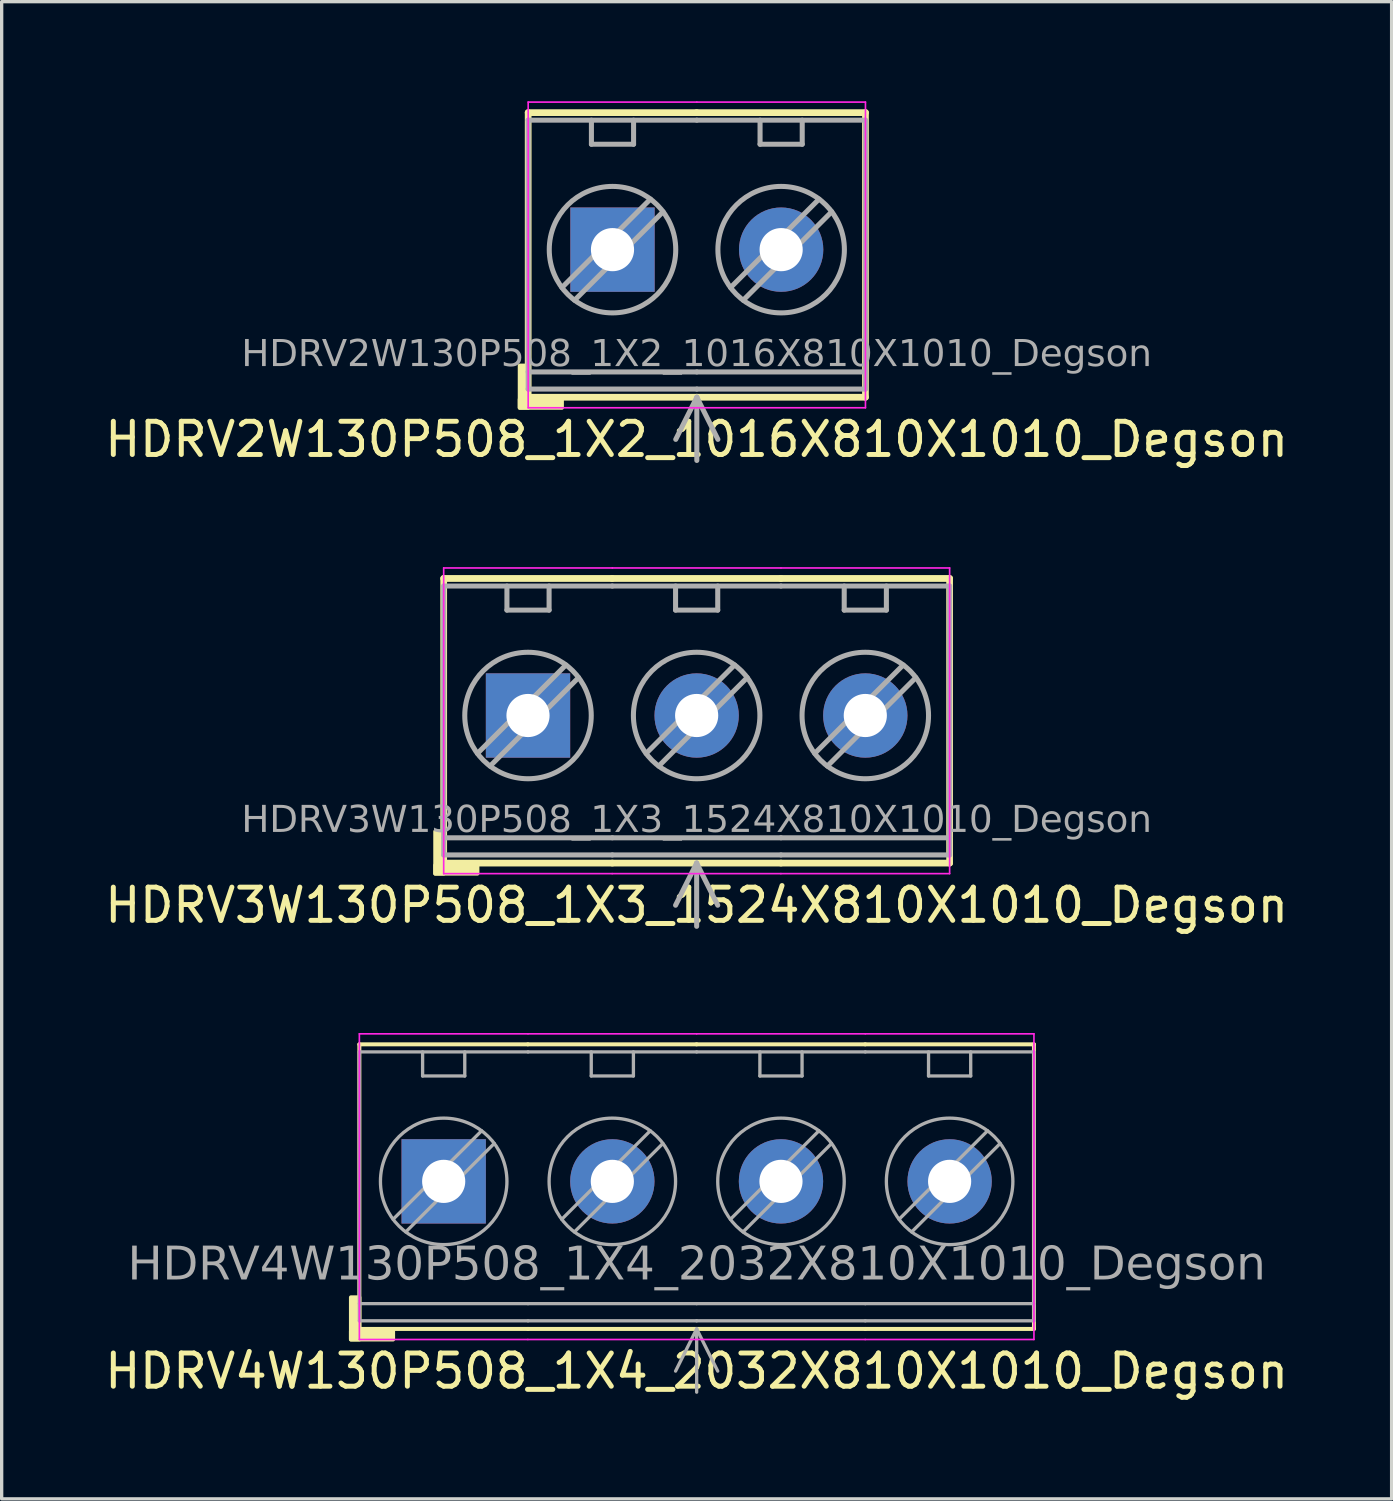
<source format=kicad_pcb>
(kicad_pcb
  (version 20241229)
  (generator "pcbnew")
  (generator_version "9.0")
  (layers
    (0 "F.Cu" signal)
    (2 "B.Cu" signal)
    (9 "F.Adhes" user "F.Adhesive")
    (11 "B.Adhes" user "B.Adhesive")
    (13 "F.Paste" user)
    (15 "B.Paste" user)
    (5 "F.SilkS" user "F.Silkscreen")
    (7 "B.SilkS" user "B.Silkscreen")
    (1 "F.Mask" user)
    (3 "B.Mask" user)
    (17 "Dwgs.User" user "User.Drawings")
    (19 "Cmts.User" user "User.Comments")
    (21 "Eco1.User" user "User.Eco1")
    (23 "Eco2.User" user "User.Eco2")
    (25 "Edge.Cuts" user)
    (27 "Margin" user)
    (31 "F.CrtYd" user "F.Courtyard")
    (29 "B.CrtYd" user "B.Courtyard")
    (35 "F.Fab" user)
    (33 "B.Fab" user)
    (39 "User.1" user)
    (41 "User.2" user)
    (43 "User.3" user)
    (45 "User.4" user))
  (footprint "HDRV2W130P508_1X2_1016X810X1010_Degson"
    (layer "F.Cu")
    (at 17.935 4.47)
    (property "Reference" "HDRV2W130P508_1X2_1016X810X1010_Degson" (at 0 5.715 0) (layer "F.SilkS") (effects (font (size 1 1) (thickness 0.15))))
    (attr through_hole)
    (fp_line (start -5.075 -4.128) (end -5.075 4.445) (stroke (width 0.203) (type solid)) (layer "F.SilkS"))
    (fp_line (start -5.075 4.445) (end 0.005 4.445) (stroke (width 0.203) (type solid)) (layer "F.SilkS"))
    (fp_line (start 0 -4.128) (end -5.075 -4.128) (stroke (width 0.203) (type solid)) (layer "F.SilkS"))
    (fp_line (start 0 -4.128) (end 5.085 -4.128) (stroke (width 0.203) (type solid)) (layer "F.SilkS"))
    (fp_line (start 5.085 -4.128) (end 5.085 4.445) (stroke (width 0.203) (type solid)) (layer "F.SilkS"))
    (fp_line (start 5.085 4.445) (end 0.005 4.445) (stroke (width 0.203) (type solid)) (layer "F.SilkS"))
    (fp_rect (start -5.075 3.493) (end -5.329 4.763) (stroke (width 0.12) (type solid)) (fill yes) (layer "F.SilkS"))
    (fp_rect (start -4.059 4.763) (end -5.329 4.508) (stroke (width 0.12) (type solid)) (fill yes) (layer "F.SilkS"))
    (fp_line (start -5.075 4.763) (end -5.075 -4.445) (stroke (width 0.05) (type solid)) (layer "F.CrtYd"))
    (fp_line (start 0 4.763) (end -5.075 4.763) (stroke (width 0.05) (type solid)) (layer "F.CrtYd"))
    (fp_line (start 0 4.763) (end 5.085 4.763) (stroke (width 0.05) (type solid)) (layer "F.CrtYd"))
    (fp_line (start 0.005 -4.445) (end -5.075 -4.445) (stroke (width 0.05) (type solid)) (layer "F.CrtYd"))
    (fp_line (start 0.005 -4.445) (end 5.085 -4.445) (stroke (width 0.05) (type solid)) (layer "F.CrtYd"))
    (fp_line (start 5.085 4.763) (end 5.085 -4.445) (stroke (width 0.05) (type solid)) (layer "F.CrtYd"))
    (fp_line (start -5.075 -3.9) (end -5.075 4.2) (stroke (width 0.152) (type solid)) (layer "F.Fab"))
    (fp_line (start -3.678 1.524) (end -1.011 -1.143) (stroke (width 0.152) (type default)) (layer "F.Fab"))
    (fp_line (start -3.17 -3.9) (end -3.17 -3.175) (stroke (width 0.152) (type default)) (layer "F.Fab"))
    (fp_line (start -3.17 -3.175) (end -1.9 -3.175) (stroke (width 0.152) (type default)) (layer "F.Fab"))
    (fp_line (start -1.9 -3.9) (end -1.9 -3.175) (stroke (width 0.152) (type default)) (layer "F.Fab"))
    (fp_line (start -1.392 -1.524) (end -4.059 1.143) (stroke (width 0.152) (type default)) (layer "F.Fab"))
    (fp_line (start 0.005 -3.9) (end -5.075 -3.9) (stroke (width 0.152) (type solid)) (layer "F.Fab"))
    (fp_line (start 0.005 -3.9) (end 5.085 -3.9) (stroke (width 0.152) (type solid)) (layer "F.Fab"))
    (fp_line (start 0.005 3.683) (end -5.075 3.683) (stroke (width 0.152) (type solid)) (layer "F.Fab"))
    (fp_line (start 0.005 3.683) (end 5.085 3.683) (stroke (width 0.152) (type solid)) (layer "F.Fab"))
    (fp_line (start 0.005 4.2) (end -5.075 4.2) (stroke (width 0.152) (type solid)) (layer "F.Fab"))
    (fp_line (start 0.005 4.2) (end 5.085 4.2) (stroke (width 0.152) (type solid)) (layer "F.Fab"))
    (fp_line (start 0.005 4.445) (end -0.63 5.715) (stroke (width 0.152) (type default)) (layer "F.Fab"))
    (fp_line (start 0.005 4.445) (end 0.005 6.35) (stroke (width 0.152) (type default)) (layer "F.Fab"))
    (fp_line (start 0.005 4.445) (end 0.64 5.715) (stroke (width 0.152) (type default)) (layer "F.Fab"))
    (fp_line (start 1.402 1.524) (end 4.069 -1.143) (stroke (width 0.152) (type default)) (layer "F.Fab"))
    (fp_line (start 1.91 -3.9) (end 1.91 -3.175) (stroke (width 0.152) (type default)) (layer "F.Fab"))
    (fp_line (start 1.91 -3.175) (end 3.18 -3.175) (stroke (width 0.152) (type default)) (layer "F.Fab"))
    (fp_line (start 3.18 -3.9) (end 3.18 -3.175) (stroke (width 0.152) (type default)) (layer "F.Fab"))
    (fp_line (start 3.688 -1.524) (end 1.021 1.143) (stroke (width 0.152) (type default)) (layer "F.Fab"))
    (fp_line (start 5.085 -3.9) (end 5.085 4.2) (stroke (width 0.152) (type solid)) (layer "F.Fab"))
    (fp_rect (start -2.789 -0.254) (end -2.281 0.254) (stroke (width 0.152) (type solid)) (fill no) (layer "F.Fab"))
    (fp_rect (start 2.799 -0.254) (end 2.291 0.254) (stroke (width 0.152) (type solid)) (fill no) (layer "F.Fab"))
    (fp_circle (center -2.535 0) (end -0.63 0) (stroke (width 0.152) (type default)) (fill no) (layer "F.Fab"))
    (fp_circle (center 2.545 0) (end 4.45 0) (stroke (width 0.152) (type default)) (fill no) (layer "F.Fab"))
    (fp_text user "${REFERENCE}" (at 0 3.175 0) (layer "F.Fab") (effects (font (face "Tahoma") (size 0.8 0.8) (thickness 0.15))))
    (pad "1" thru_hole rect (at -2.535 0) (size 2.54 2.54) (drill 1.3) (layers "*.Cu" "*.Mask"))
    (pad "2" thru_hole circle (at 2.545 0) (size 2.54 2.54) (drill 1.3) (layers "*.Cu" "*.Mask")))
  (footprint "HDRV4W130P508_1X4_2032X810X1010_Degson"
    (layer "F.Cu")
    (at 17.935 32.536)
    (property "Reference" "HDRV4W130P508_1X4_2032X810X1010_Degson" (at 0 5.715 0) (layer "F.SilkS") (effects (font (size 1 1) (thickness 0.15))))
    (attr through_hole)
    (fp_line (start -10.16 -4.128) (end -10.16 4.445) (stroke (width 0.12) (type solid)) (layer "F.SilkS"))
    (fp_line (start -10.16 4.445) (end -5.08 4.445) (stroke (width 0.12) (type solid)) (layer "F.SilkS"))
    (fp_line (start -5.085 -4.128) (end -10.16 -4.128) (stroke (width 0.12) (type solid)) (layer "F.SilkS"))
    (fp_line (start -5.085 -4.128) (end 0 -4.128) (stroke (width 0.12) (type solid)) (layer "F.SilkS"))
    (fp_line (start -0.005 -4.128) (end 5.08 -4.128) (stroke (width 0.12) (type solid)) (layer "F.SilkS"))
    (fp_line (start 0 4.445) (end -5.08 4.445) (stroke (width 0.12) (type solid)) (layer "F.SilkS"))
    (fp_line (start 5.075 -4.128) (end 10.16 -4.128) (stroke (width 0.12) (type solid)) (layer "F.SilkS"))
    (fp_line (start 5.08 4.445) (end 0 4.445) (stroke (width 0.12) (type solid)) (layer "F.SilkS"))
    (fp_line (start 10.16 -4.128) (end 10.16 4.445) (stroke (width 0.12) (type solid)) (layer "F.SilkS"))
    (fp_line (start 10.16 4.445) (end 5.08 4.445) (stroke (width 0.12) (type solid)) (layer "F.SilkS"))
    (fp_rect (start -10.16 3.493) (end -10.414 4.763) (stroke (width 0.12) (type solid)) (fill yes) (layer "F.SilkS"))
    (fp_rect (start -9.144 4.763) (end -10.414 4.508) (stroke (width 0.12) (type solid)) (fill yes) (layer "F.SilkS"))
    (fp_line (start -10.16 4.763) (end -10.16 -4.445) (stroke (width 0.05) (type solid)) (layer "F.CrtYd"))
    (fp_line (start -5.085 4.763) (end -10.16 4.763) (stroke (width 0.05) (type solid)) (layer "F.CrtYd"))
    (fp_line (start -5.085 4.763) (end 0 4.763) (stroke (width 0.05) (type solid)) (layer "F.CrtYd"))
    (fp_line (start -5.08 -4.445) (end -10.16 -4.445) (stroke (width 0.05) (type solid)) (layer "F.CrtYd"))
    (fp_line (start -5.08 -4.445) (end 0 -4.445) (stroke (width 0.05) (type solid)) (layer "F.CrtYd"))
    (fp_line (start -0.005 4.763) (end 5.08 4.763) (stroke (width 0.05) (type solid)) (layer "F.CrtYd"))
    (fp_line (start 0 -4.445) (end 5.08 -4.445) (stroke (width 0.05) (type solid)) (layer "F.CrtYd"))
    (fp_line (start 5.075 4.763) (end 10.16 4.763) (stroke (width 0.05) (type solid)) (layer "F.CrtYd"))
    (fp_line (start 5.08 -4.445) (end 10.16 -4.445) (stroke (width 0.05) (type solid)) (layer "F.CrtYd"))
    (fp_line (start 10.16 4.763) (end 10.16 -4.445) (stroke (width 0.05) (type solid)) (layer "F.CrtYd"))
    (fp_line (start -10.16 -3.9) (end -10.16 4.2) (stroke (width 0.1) (type solid)) (layer "F.Fab"))
    (fp_line (start -8.763 1.524) (end -6.096 -1.143) (stroke (width 0.1) (type default)) (layer "F.Fab"))
    (fp_line (start -8.255 -3.9) (end -8.255 -3.175) (stroke (width 0.1) (type default)) (layer "F.Fab"))
    (fp_line (start -8.255 -3.175) (end -6.985 -3.175) (stroke (width 0.1) (type default)) (layer "F.Fab"))
    (fp_line (start -6.985 -3.9) (end -6.985 -3.175) (stroke (width 0.1) (type default)) (layer "F.Fab"))
    (fp_line (start -6.477 -1.524) (end -9.144 1.143) (stroke (width 0.1) (type default)) (layer "F.Fab"))
    (fp_line (start -5.08 -3.9) (end -10.16 -3.9) (stroke (width 0.1) (type solid)) (layer "F.Fab"))
    (fp_line (start -5.08 -3.9) (end 0 -3.9) (stroke (width 0.1) (type solid)) (layer "F.Fab"))
    (fp_line (start -5.08 3.683) (end -10.16 3.683) (stroke (width 0.1) (type solid)) (layer "F.Fab"))
    (fp_line (start -5.08 3.683) (end 0 3.683) (stroke (width 0.1) (type solid)) (layer "F.Fab"))
    (fp_line (start -5.08 4.2) (end -10.16 4.2) (stroke (width 0.1) (type solid)) (layer "F.Fab"))
    (fp_line (start -5.08 4.2) (end 0 4.2) (stroke (width 0.1) (type solid)) (layer "F.Fab"))
    (fp_line (start -3.683 1.524) (end -1.016 -1.143) (stroke (width 0.1) (type default)) (layer "F.Fab"))
    (fp_line (start -3.175 -3.9) (end -3.175 -3.175) (stroke (width 0.1) (type default)) (layer "F.Fab"))
    (fp_line (start -3.175 -3.175) (end -1.905 -3.175) (stroke (width 0.1) (type default)) (layer "F.Fab"))
    (fp_line (start -1.905 -3.9) (end -1.905 -3.175) (stroke (width 0.1) (type default)) (layer "F.Fab"))
    (fp_line (start -1.397 -1.524) (end -4.064 1.143) (stroke (width 0.1) (type default)) (layer "F.Fab"))
    (fp_line (start 0 -3.9) (end 5.08 -3.9) (stroke (width 0.1) (type solid)) (layer "F.Fab"))
    (fp_line (start 0 3.683) (end 5.08 3.683) (stroke (width 0.1) (type solid)) (layer "F.Fab"))
    (fp_line (start 0 4.2) (end 5.08 4.2) (stroke (width 0.1) (type solid)) (layer "F.Fab"))
    (fp_line (start 0 4.445) (end -0.635 5.715) (stroke (width 0.1) (type default)) (layer "F.Fab"))
    (fp_line (start 0 4.445) (end 0 6.35) (stroke (width 0.1) (type default)) (layer "F.Fab"))
    (fp_line (start 0 4.445) (end 0.635 5.715) (stroke (width 0.1) (type default)) (layer "F.Fab"))
    (fp_line (start 1.397 1.524) (end 4.064 -1.143) (stroke (width 0.1) (type default)) (layer "F.Fab"))
    (fp_line (start 1.905 -3.9) (end 1.905 -3.175) (stroke (width 0.1) (type default)) (layer "F.Fab"))
    (fp_line (start 1.905 -3.175) (end 3.175 -3.175) (stroke (width 0.1) (type default)) (layer "F.Fab"))
    (fp_line (start 3.175 -3.9) (end 3.175 -3.175) (stroke (width 0.1) (type default)) (layer "F.Fab"))
    (fp_line (start 3.683 -1.524) (end 1.016 1.143) (stroke (width 0.1) (type default)) (layer "F.Fab"))
    (fp_line (start 5.08 -3.9) (end 10.16 -3.9) (stroke (width 0.1) (type solid)) (layer "F.Fab"))
    (fp_line (start 5.08 3.683) (end 10.16 3.683) (stroke (width 0.1) (type solid)) (layer "F.Fab"))
    (fp_line (start 5.08 4.2) (end 10.16 4.2) (stroke (width 0.1) (type solid)) (layer "F.Fab"))
    (fp_line (start 6.477 1.524) (end 9.144 -1.143) (stroke (width 0.1) (type default)) (layer "F.Fab"))
    (fp_line (start 6.985 -3.9) (end 6.985 -3.175) (stroke (width 0.1) (type default)) (layer "F.Fab"))
    (fp_line (start 6.985 -3.175) (end 8.255 -3.175) (stroke (width 0.1) (type default)) (layer "F.Fab"))
    (fp_line (start 8.255 -3.9) (end 8.255 -3.175) (stroke (width 0.1) (type default)) (layer "F.Fab"))
    (fp_line (start 8.763 -1.524) (end 6.096 1.143) (stroke (width 0.1) (type default)) (layer "F.Fab"))
    (fp_line (start 10.16 -3.9) (end 10.16 4.2) (stroke (width 0.1) (type solid)) (layer "F.Fab"))
    (fp_rect (start -7.874 -0.254) (end -7.366 0.254) (stroke (width 0.1) (type solid)) (fill no) (layer "F.Fab"))
    (fp_rect (start -2.286 -0.254) (end -2.794 0.254) (stroke (width 0.1) (type solid)) (fill no) (layer "F.Fab"))
    (fp_rect (start 2.794 -0.254) (end 2.286 0.254) (stroke (width 0.1) (type solid)) (fill no) (layer "F.Fab"))
    (fp_rect (start 7.874 -0.254) (end 7.366 0.254) (stroke (width 0.1) (type solid)) (fill no) (layer "F.Fab"))
    (fp_circle (center -7.62 0) (end -5.715 0) (stroke (width 0.1) (type default)) (fill no) (layer "F.Fab"))
    (fp_circle (center -2.54 0) (end -0.635 0) (stroke (width 0.1) (type default)) (fill no) (layer "F.Fab"))
    (fp_circle (center 2.54 0) (end 4.445 0) (stroke (width 0.1) (type default)) (fill no) (layer "F.Fab"))
    (fp_circle (center 7.62 0) (end 9.525 0) (stroke (width 0.1) (type default)) (fill no) (layer "F.Fab"))
    (fp_text user "${REFERENCE}" (at 0 2.54 0) (layer "F.Fab") (effects (font (face "Tahoma") (size 1 1) (thickness 0.15))))
    (pad "1" thru_hole rect (at -7.62 0) (size 2.54 2.54) (drill 1.3) (layers "*.Cu" "*.Mask"))
    (pad "2" thru_hole circle (at -2.54 0) (size 2.54 2.54) (drill 1.3) (layers "*.Cu" "*.Mask"))
    (pad "3" thru_hole circle (at 2.54 0) (size 2.54 2.54) (drill 1.3) (layers "*.Cu" "*.Mask"))
    (pad "4" thru_hole circle (at 7.62 0) (size 2.54 2.54) (drill 1.3) (layers "*.Cu" "*.Mask")))
  (footprint "HDRV3W130P508_1X3_1524X810X1010_Degson"
    (layer "F.Cu")
    (at 17.93 18.503)
    (property "Reference" "HDRV3W130P508_1X3_1524X810X1010_Degson" (at 0.005 5.715 0) (layer "F.SilkS") (effects (font (size 1 1) (thickness 0.15))))
    (attr through_hole)
    (fp_line (start -7.615 -4.128) (end -7.615 4.445) (stroke (width 0.203) (type solid)) (layer "F.SilkS"))
    (fp_line (start -7.615 4.445) (end -2.535 4.445) (stroke (width 0.203) (type solid)) (layer "F.SilkS"))
    (fp_line (start -2.54 -4.128) (end -7.615 -4.128) (stroke (width 0.203) (type solid)) (layer "F.SilkS"))
    (fp_line (start -2.54 -4.128) (end 2.545 -4.128) (stroke (width 0.203) (type solid)) (layer "F.SilkS"))
    (fp_line (start 2.54 -4.128) (end 7.625 -4.128) (stroke (width 0.203) (type solid)) (layer "F.SilkS"))
    (fp_line (start 2.545 4.445) (end -2.535 4.445) (stroke (width 0.203) (type solid)) (layer "F.SilkS"))
    (fp_line (start 7.625 -4.128) (end 7.625 4.445) (stroke (width 0.203) (type solid)) (layer "F.SilkS"))
    (fp_line (start 7.625 4.445) (end 2.545 4.445) (stroke (width 0.203) (type solid)) (layer "F.SilkS"))
    (fp_rect (start -7.615 3.493) (end -7.869 4.763) (stroke (width 0.12) (type solid)) (fill yes) (layer "F.SilkS"))
    (fp_rect (start -6.599 4.763) (end -7.869 4.508) (stroke (width 0.12) (type solid)) (fill yes) (layer "F.SilkS"))
    (fp_line (start -7.615 4.763) (end -7.615 -4.445) (stroke (width 0.05) (type solid)) (layer "F.CrtYd"))
    (fp_line (start -2.54 4.763) (end -7.615 4.763) (stroke (width 0.05) (type solid)) (layer "F.CrtYd"))
    (fp_line (start -2.54 4.763) (end 2.545 4.763) (stroke (width 0.05) (type solid)) (layer "F.CrtYd"))
    (fp_line (start -2.535 -4.445) (end -7.615 -4.445) (stroke (width 0.05) (type solid)) (layer "F.CrtYd"))
    (fp_line (start -2.535 -4.445) (end 2.545 -4.445) (stroke (width 0.05) (type solid)) (layer "F.CrtYd"))
    (fp_line (start 0 -0.5) (end 0 0.5) (stroke (width 0.05) (type default)) (layer "F.CrtYd"))
    (fp_line (start 0.5 0) (end -0.5 0) (stroke (width 0.05) (type default)) (layer "F.CrtYd"))
    (fp_line (start 2.54 4.763) (end 7.625 4.763) (stroke (width 0.05) (type solid)) (layer "F.CrtYd"))
    (fp_line (start 2.545 -4.445) (end 7.625 -4.445) (stroke (width 0.05) (type solid)) (layer "F.CrtYd"))
    (fp_line (start 7.625 4.763) (end 7.625 -4.445) (stroke (width 0.05) (type solid)) (layer "F.CrtYd"))
    (fp_line (start -7.615 -3.9) (end -7.615 4.2) (stroke (width 0.152) (type solid)) (layer "F.Fab"))
    (fp_line (start -6.218 1.524) (end -3.551 -1.143) (stroke (width 0.152) (type default)) (layer "F.Fab"))
    (fp_line (start -5.71 -3.9) (end -5.71 -3.175) (stroke (width 0.152) (type default)) (layer "F.Fab"))
    (fp_line (start -5.71 -3.175) (end -4.44 -3.175) (stroke (width 0.152) (type default)) (layer "F.Fab"))
    (fp_line (start -4.44 -3.9) (end -4.44 -3.175) (stroke (width 0.152) (type default)) (layer "F.Fab"))
    (fp_line (start -3.932 -1.524) (end -6.599 1.143) (stroke (width 0.152) (type default)) (layer "F.Fab"))
    (fp_line (start -2.535 -3.9) (end -7.615 -3.9) (stroke (width 0.152) (type solid)) (layer "F.Fab"))
    (fp_line (start -2.535 -3.9) (end 2.545 -3.9) (stroke (width 0.152) (type solid)) (layer "F.Fab"))
    (fp_line (start -2.535 3.683) (end -7.615 3.683) (stroke (width 0.152) (type solid)) (layer "F.Fab"))
    (fp_line (start -2.535 3.683) (end 2.545 3.683) (stroke (width 0.152) (type solid)) (layer "F.Fab"))
    (fp_line (start -2.535 4.2) (end -7.615 4.2) (stroke (width 0.152) (type solid)) (layer "F.Fab"))
    (fp_line (start -2.535 4.2) (end 2.545 4.2) (stroke (width 0.152) (type solid)) (layer "F.Fab"))
    (fp_line (start -1.138 1.524) (end 1.529 -1.143) (stroke (width 0.152) (type default)) (layer "F.Fab"))
    (fp_line (start -0.63 -3.9) (end -0.63 -3.175) (stroke (width 0.152) (type default)) (layer "F.Fab"))
    (fp_line (start -0.63 -3.175) (end 0.64 -3.175) (stroke (width 0.152) (type default)) (layer "F.Fab"))
    (fp_line (start 0.005 4.445) (end -0.63 5.715) (stroke (width 0.152) (type default)) (layer "F.Fab"))
    (fp_line (start 0.005 4.445) (end 0.005 6.35) (stroke (width 0.152) (type default)) (layer "F.Fab"))
    (fp_line (start 0.005 4.445) (end 0.64 5.715) (stroke (width 0.152) (type default)) (layer "F.Fab"))
    (fp_line (start 0.64 -3.9) (end 0.64 -3.175) (stroke (width 0.152) (type default)) (layer "F.Fab"))
    (fp_line (start 1.148 -1.524) (end -1.519 1.143) (stroke (width 0.152) (type default)) (layer "F.Fab"))
    (fp_line (start 2.545 -3.9) (end 7.625 -3.9) (stroke (width 0.152) (type solid)) (layer "F.Fab"))
    (fp_line (start 2.545 3.683) (end 7.625 3.683) (stroke (width 0.152) (type solid)) (layer "F.Fab"))
    (fp_line (start 2.545 4.2) (end 7.625 4.2) (stroke (width 0.152) (type solid)) (layer "F.Fab"))
    (fp_line (start 3.942 1.524) (end 6.609 -1.143) (stroke (width 0.152) (type default)) (layer "F.Fab"))
    (fp_line (start 4.45 -3.9) (end 4.45 -3.175) (stroke (width 0.152) (type default)) (layer "F.Fab"))
    (fp_line (start 4.45 -3.175) (end 5.72 -3.175) (stroke (width 0.152) (type default)) (layer "F.Fab"))
    (fp_line (start 5.72 -3.9) (end 5.72 -3.175) (stroke (width 0.152) (type default)) (layer "F.Fab"))
    (fp_line (start 6.228 -1.524) (end 3.561 1.143) (stroke (width 0.152) (type default)) (layer "F.Fab"))
    (fp_line (start 7.625 -3.9) (end 7.625 4.2) (stroke (width 0.152) (type solid)) (layer "F.Fab"))
    (fp_rect (start -5.329 -0.254) (end -4.821 0.254) (stroke (width 0.152) (type solid)) (fill no) (layer "F.Fab"))
    (fp_rect (start 0.259 -0.254) (end -0.249 0.254) (stroke (width 0.152) (type solid)) (fill no) (layer "F.Fab"))
    (fp_rect (start 5.339 -0.254) (end 4.831 0.254) (stroke (width 0.152) (type solid)) (fill no) (layer "F.Fab"))
    (fp_circle (center -5.075 0) (end -3.17 0) (stroke (width 0.152) (type default)) (fill no) (layer "F.Fab"))
    (fp_circle (center 0.005 0) (end 1.91 0) (stroke (width 0.152) (type default)) (fill no) (layer "F.Fab"))
    (fp_circle (center 5.085 0) (end 6.99 0) (stroke (width 0.152) (type default)) (fill no) (layer "F.Fab"))
    (fp_text user "${REFERENCE}" (at 0.005 3.175 0) (layer "F.Fab") (effects (font (face "Tahoma") (size 0.8 0.8) (thickness 0.15))))
    (pad "1" thru_hole rect (at -5.075 0) (size 2.54 2.54) (drill 1.3) (layers "*.Cu" "*.Mask"))
    (pad "2" thru_hole circle (at 0.005 0) (size 2.54 2.54) (drill 1.3) (layers "*.Cu" "*.Mask"))
    (pad "3" thru_hole circle (at 5.085 0) (size 2.54 2.54) (drill 1.3) (layers "*.Cu" "*.Mask")))
  (gr_rect
    (start -3 -3)
    (end 38.869 42.1)
    (stroke (width 0.1) (type default))
    (fill no)
    (layer "Edge.Cuts")))
</source>
